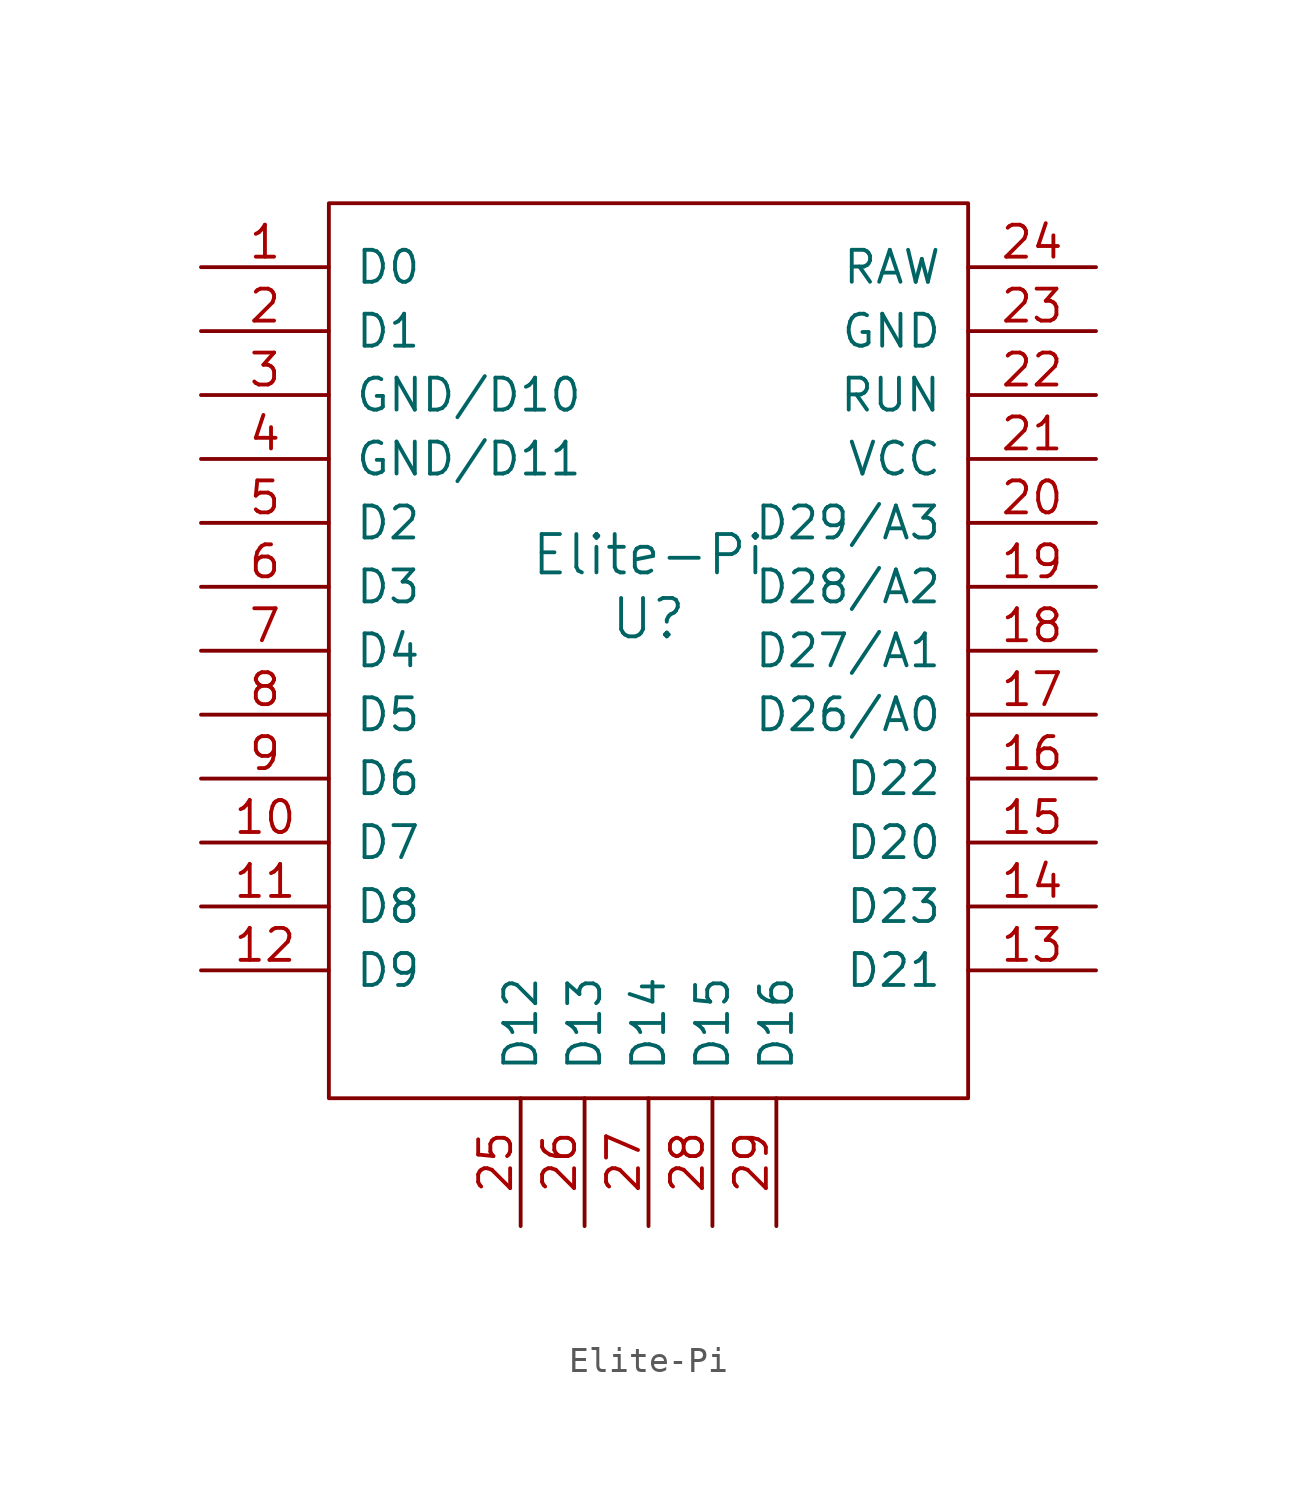
<source format=kicad_sym>
(kicad_symbol_lib
  (version 20231120)
  (generator "kicad_symbol_editor")
  (generator_version "8.0")
  (symbol "Elite-Pi"
    (pin_names
      (offset 1.016))
    (property "Reference" "U"
      (at 0 0 0)
      (effects (font (size 1.524 1.524))))
    (property "Value" "Elite-Pi"
      (at 0 2.54 0)
      (effects (font (size 1.524 1.524))))
    (symbol "Elite-Pi_0_1"
      (rectangle (start 12.7 -19.05) (end -12.7 16.51) (stroke (width 0) (type solid)) (fill (type none))))
    (symbol "Elite-Pi_1_1"
      (pin input line (at -17.78 13.97 0) (length 5.08) (name "D0" (effects (font (size 1.27 1.27)))) (number "1" (effects (font (size 1.27 1.27)))))
      (pin input line (at -17.78 -8.89 0) (length 5.08) (name "D7" (effects (font (size 1.27 1.27)))) (number "10" (effects (font (size 1.27 1.27)))))
      (pin input line (at -17.78 -11.43 0) (length 5.08) (name "D8" (effects (font (size 1.27 1.27)))) (number "11" (effects (font (size 1.27 1.27)))))
      (pin input line (at -17.78 -13.97 0) (length 5.08) (name "D9" (effects (font (size 1.27 1.27)))) (number "12" (effects (font (size 1.27 1.27)))))
      (pin input line (at 17.78 -13.97 180) (length 5.08) (name "D21" (effects (font (size 1.27 1.27)))) (number "13" (effects (font (size 1.27 1.27)))))
      (pin input line (at 17.78 -11.43 180) (length 5.08) (name "D23" (effects (font (size 1.27 1.27)))) (number "14" (effects (font (size 1.27 1.27)))))
      (pin input line (at 17.78 -8.89 180) (length 5.08) (name "D20" (effects (font (size 1.27 1.27)))) (number "15" (effects (font (size 1.27 1.27)))))
      (pin input line (at 17.78 -6.35 180) (length 5.08) (name "D22" (effects (font (size 1.27 1.27)))) (number "16" (effects (font (size 1.27 1.27)))))
      (pin input line (at 17.78 -3.81 180) (length 5.08) (name "D26/A0" (effects (font (size 1.27 1.27)))) (number "17" (effects (font (size 1.27 1.27)))))
      (pin input line (at 17.78 -1.27 180) (length 5.08) (name "D27/A1" (effects (font (size 1.27 1.27)))) (number "18" (effects (font (size 1.27 1.27)))))
      (pin input line (at 17.78 1.27 180) (length 5.08) (name "D28/A2" (effects (font (size 1.27 1.27)))) (number "19" (effects (font (size 1.27 1.27)))))
      (pin input line (at -17.78 11.43 0) (length 5.08) (name "D1" (effects (font (size 1.27 1.27)))) (number "2" (effects (font (size 1.27 1.27)))))
      (pin input line (at 17.78 3.81 180) (length 5.08) (name "D29/A3" (effects (font (size 1.27 1.27)))) (number "20" (effects (font (size 1.27 1.27)))))
      (pin input line (at 17.78 6.35 180) (length 5.08) (name "VCC" (effects (font (size 1.27 1.27)))) (number "21" (effects (font (size 1.27 1.27)))))
      (pin input line (at 17.78 8.89 180) (length 5.08) (name "RUN" (effects (font (size 1.27 1.27)))) (number "22" (effects (font (size 1.27 1.27)))))
      (pin input line (at 17.78 11.43 180) (length 5.08) (name "GND" (effects (font (size 1.27 1.27)))) (number "23" (effects (font (size 1.27 1.27)))))
      (pin input line (at 17.78 13.97 180) (length 5.08) (name "RAW" (effects (font (size 1.27 1.27)))) (number "24" (effects (font (size 1.27 1.27)))))
      (pin input line (at -5.08 -24.13 90) (length 5.08) (name "D12" (effects (font (size 1.27 1.27)))) (number "25" (effects (font (size 1.27 1.27)))))
      (pin input line (at -2.54 -24.13 90) (length 5.08) (name "D13" (effects (font (size 1.27 1.27)))) (number "26" (effects (font (size 1.27 1.27)))))
      (pin input line (at 0 -24.13 90) (length 5.08) (name "D14" (effects (font (size 1.27 1.27)))) (number "27" (effects (font (size 1.27 1.27)))))
      (pin input line (at 2.54 -24.13 90) (length 5.08) (name "D15" (effects (font (size 1.27 1.27)))) (number "28" (effects (font (size 1.27 1.27)))))
      (pin input line (at 5.08 -24.13 90) (length 5.08) (name "D16" (effects (font (size 1.27 1.27)))) (number "29" (effects (font (size 1.27 1.27)))))
      (pin input line (at -17.78 8.89 0) (length 5.08) (name "GND/D10" (effects (font (size 1.27 1.27)))) (number "3" (effects (font (size 1.27 1.27)))))
      (pin input line (at -17.78 6.35 0) (length 5.08) (name "GND/D11" (effects (font (size 1.27 1.27)))) (number "4" (effects (font (size 1.27 1.27)))))
      (pin input line (at -17.78 3.81 0) (length 5.08) (name "D2" (effects (font (size 1.27 1.27)))) (number "5" (effects (font (size 1.27 1.27)))))
      (pin input line (at -17.78 1.27 0) (length 5.08) (name "D3" (effects (font (size 1.27 1.27)))) (number "6" (effects (font (size 1.27 1.27)))))
      (pin input line (at -17.78 -1.27 0) (length 5.08) (name "D4" (effects (font (size 1.27 1.27)))) (number "7" (effects (font (size 1.27 1.27)))))
      (pin input line (at -17.78 -3.81 0) (length 5.08) (name "D5" (effects (font (size 1.27 1.27)))) (number "8" (effects (font (size 1.27 1.27)))))
      (pin input line (at -17.78 -6.35 0) (length 5.08) (name "D6" (effects (font (size 1.27 1.27)))) (number "9" (effects (font (size 1.27 1.27))))))))
</source>
